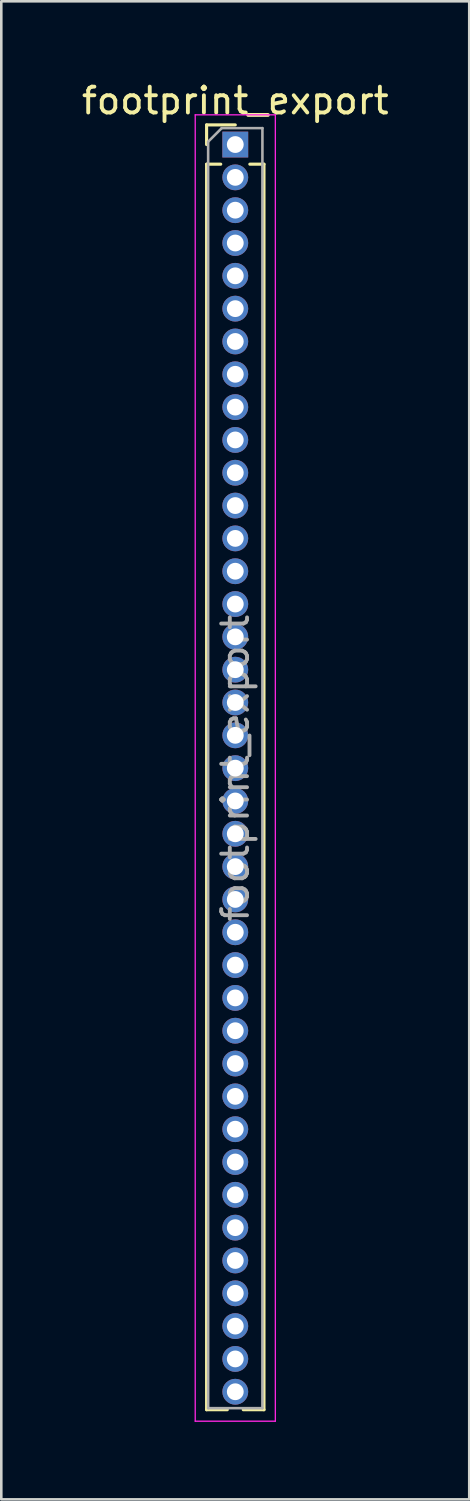
<source format=kicad_pcb>
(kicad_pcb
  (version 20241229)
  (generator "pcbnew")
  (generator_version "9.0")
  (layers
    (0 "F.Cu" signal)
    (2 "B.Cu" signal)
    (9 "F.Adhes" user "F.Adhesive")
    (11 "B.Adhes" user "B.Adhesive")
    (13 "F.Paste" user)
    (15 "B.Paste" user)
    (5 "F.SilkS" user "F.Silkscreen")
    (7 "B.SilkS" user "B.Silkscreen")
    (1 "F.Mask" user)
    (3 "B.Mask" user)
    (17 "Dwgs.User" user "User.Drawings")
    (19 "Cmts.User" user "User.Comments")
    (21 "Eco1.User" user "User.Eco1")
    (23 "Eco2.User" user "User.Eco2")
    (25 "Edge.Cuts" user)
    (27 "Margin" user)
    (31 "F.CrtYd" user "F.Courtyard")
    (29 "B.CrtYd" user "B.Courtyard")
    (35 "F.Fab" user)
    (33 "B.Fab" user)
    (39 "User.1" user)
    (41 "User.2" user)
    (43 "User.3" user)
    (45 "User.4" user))
  (footprint "footprint_export"
    (layer "F.Cu")
    (at 6.054 2.543)
    (property "Reference" "footprint_export" (at 0 -1.695 0) (layer "F.SilkS") (effects (font (size 1 1) (thickness 0.15))))
    (attr through_hole)
    (fp_line (start -1.11 -0.76) (end 0 -0.76) (stroke (width 0.12) (type solid)) (layer "F.SilkS"))
    (fp_line (start -1.11 0) (end -1.11 -0.76) (stroke (width 0.12) (type solid)) (layer "F.SilkS"))
    (fp_line (start -1.11 0.76) (end -1.11 48.955) (stroke (width 0.12) (type solid)) (layer "F.SilkS"))
    (fp_line (start -1.11 0.76) (end -0.563 0.76) (stroke (width 0.12) (type solid)) (layer "F.SilkS"))
    (fp_line (start -1.11 48.955) (end -0.308 48.955) (stroke (width 0.12) (type solid)) (layer "F.SilkS"))
    (fp_line (start 0.308 48.955) (end 1.11 48.955) (stroke (width 0.12) (type solid)) (layer "F.SilkS"))
    (fp_line (start 0.563 0.76) (end 1.11 0.76) (stroke (width 0.12) (type solid)) (layer "F.SilkS"))
    (fp_line (start 1.11 0.76) (end 1.11 48.955) (stroke (width 0.12) (type solid)) (layer "F.SilkS"))
    (fp_line (start -1.55 -1.15) (end -1.55 49.4) (stroke (width 0.05) (type solid)) (layer "F.CrtYd"))
    (fp_line (start -1.55 49.4) (end 1.55 49.4) (stroke (width 0.05) (type solid)) (layer "F.CrtYd"))
    (fp_line (start 1.55 -1.15) (end -1.55 -1.15) (stroke (width 0.05) (type solid)) (layer "F.CrtYd"))
    (fp_line (start 1.55 49.4) (end 1.55 -1.15) (stroke (width 0.05) (type solid)) (layer "F.CrtYd"))
    (fp_line (start -1.05 -0.11) (end -0.525 -0.635) (stroke (width 0.1) (type solid)) (layer "F.Fab"))
    (fp_line (start -1.05 48.895) (end -1.05 -0.11) (stroke (width 0.1) (type solid)) (layer "F.Fab"))
    (fp_line (start -0.525 -0.635) (end 1.05 -0.635) (stroke (width 0.1) (type solid)) (layer "F.Fab"))
    (fp_line (start 1.05 -0.635) (end 1.05 48.895) (stroke (width 0.1) (type solid)) (layer "F.Fab"))
    (fp_line (start 1.05 48.895) (end -1.05 48.895) (stroke (width 0.1) (type solid)) (layer "F.Fab"))
    (fp_text user "${REFERENCE}" (at 0 24.13 90) (layer "F.Fab") (effects (font (size 1 1) (thickness 0.15))))
    (pad "1" thru_hole rect (at 0 0) (size 1 1) (drill 0.65) (layers "*.Cu" "*.Mask"))
    (pad "2" thru_hole oval (at 0 1.27) (size 1 1) (drill 0.65) (layers "*.Cu" "*.Mask"))
    (pad "3" thru_hole oval (at 0 2.54) (size 1 1) (drill 0.65) (layers "*.Cu" "*.Mask"))
    (pad "4" thru_hole oval (at 0 3.81) (size 1 1) (drill 0.65) (layers "*.Cu" "*.Mask"))
    (pad "5" thru_hole oval (at 0 5.08) (size 1 1) (drill 0.65) (layers "*.Cu" "*.Mask"))
    (pad "6" thru_hole oval (at 0 6.35) (size 1 1) (drill 0.65) (layers "*.Cu" "*.Mask"))
    (pad "7" thru_hole oval (at 0 7.62) (size 1 1) (drill 0.65) (layers "*.Cu" "*.Mask"))
    (pad "8" thru_hole oval (at 0 8.89) (size 1 1) (drill 0.65) (layers "*.Cu" "*.Mask"))
    (pad "9" thru_hole oval (at 0 10.16) (size 1 1) (drill 0.65) (layers "*.Cu" "*.Mask"))
    (pad "10" thru_hole oval (at 0 11.43) (size 1 1) (drill 0.65) (layers "*.Cu" "*.Mask"))
    (pad "11" thru_hole oval (at 0 12.7) (size 1 1) (drill 0.65) (layers "*.Cu" "*.Mask"))
    (pad "12" thru_hole oval (at 0 13.97) (size 1 1) (drill 0.65) (layers "*.Cu" "*.Mask"))
    (pad "13" thru_hole oval (at 0 15.24) (size 1 1) (drill 0.65) (layers "*.Cu" "*.Mask"))
    (pad "14" thru_hole oval (at 0 16.51) (size 1 1) (drill 0.65) (layers "*.Cu" "*.Mask"))
    (pad "15" thru_hole oval (at 0 17.78) (size 1 1) (drill 0.65) (layers "*.Cu" "*.Mask"))
    (pad "16" thru_hole oval (at 0 19.05) (size 1 1) (drill 0.65) (layers "*.Cu" "*.Mask"))
    (pad "17" thru_hole oval (at 0 20.32) (size 1 1) (drill 0.65) (layers "*.Cu" "*.Mask"))
    (pad "18" thru_hole oval (at 0 21.59) (size 1 1) (drill 0.65) (layers "*.Cu" "*.Mask"))
    (pad "19" thru_hole oval (at 0 22.86) (size 1 1) (drill 0.65) (layers "*.Cu" "*.Mask"))
    (pad "20" thru_hole oval (at 0 24.13) (size 1 1) (drill 0.65) (layers "*.Cu" "*.Mask"))
    (pad "21" thru_hole oval (at 0 25.4) (size 1 1) (drill 0.65) (layers "*.Cu" "*.Mask"))
    (pad "22" thru_hole oval (at 0 26.67) (size 1 1) (drill 0.65) (layers "*.Cu" "*.Mask"))
    (pad "23" thru_hole oval (at 0 27.94) (size 1 1) (drill 0.65) (layers "*.Cu" "*.Mask"))
    (pad "24" thru_hole oval (at 0 29.21) (size 1 1) (drill 0.65) (layers "*.Cu" "*.Mask"))
    (pad "25" thru_hole oval (at 0 30.48) (size 1 1) (drill 0.65) (layers "*.Cu" "*.Mask"))
    (pad "26" thru_hole oval (at 0 31.75) (size 1 1) (drill 0.65) (layers "*.Cu" "*.Mask"))
    (pad "27" thru_hole oval (at 0 33.02) (size 1 1) (drill 0.65) (layers "*.Cu" "*.Mask"))
    (pad "28" thru_hole oval (at 0 34.29) (size 1 1) (drill 0.65) (layers "*.Cu" "*.Mask"))
    (pad "29" thru_hole oval (at 0 35.56) (size 1 1) (drill 0.65) (layers "*.Cu" "*.Mask"))
    (pad "30" thru_hole oval (at 0 36.83) (size 1 1) (drill 0.65) (layers "*.Cu" "*.Mask"))
    (pad "31" thru_hole oval (at 0 38.1) (size 1 1) (drill 0.65) (layers "*.Cu" "*.Mask"))
    (pad "32" thru_hole oval (at 0 39.37) (size 1 1) (drill 0.65) (layers "*.Cu" "*.Mask"))
    (pad "33" thru_hole oval (at 0 40.64) (size 1 1) (drill 0.65) (layers "*.Cu" "*.Mask"))
    (pad "34" thru_hole oval (at 0 41.91) (size 1 1) (drill 0.65) (layers "*.Cu" "*.Mask"))
    (pad "35" thru_hole oval (at 0 43.18) (size 1 1) (drill 0.65) (layers "*.Cu" "*.Mask"))
    (pad "36" thru_hole oval (at 0 44.45) (size 1 1) (drill 0.65) (layers "*.Cu" "*.Mask"))
    (pad "37" thru_hole oval (at 0 45.72) (size 1 1) (drill 0.65) (layers "*.Cu" "*.Mask"))
    (pad "38" thru_hole oval (at 0 46.99) (size 1 1) (drill 0.65) (layers "*.Cu" "*.Mask"))
    (pad "39" thru_hole oval (at 0 48.26) (size 1 1) (drill 0.65) (layers "*.Cu" "*.Mask")))
  (gr_rect
    (start -3 -3)
    (end 15.107 54.968)
    (stroke (width 0.1) (type default))
    (fill no)
    (layer "Edge.Cuts")))
</source>
